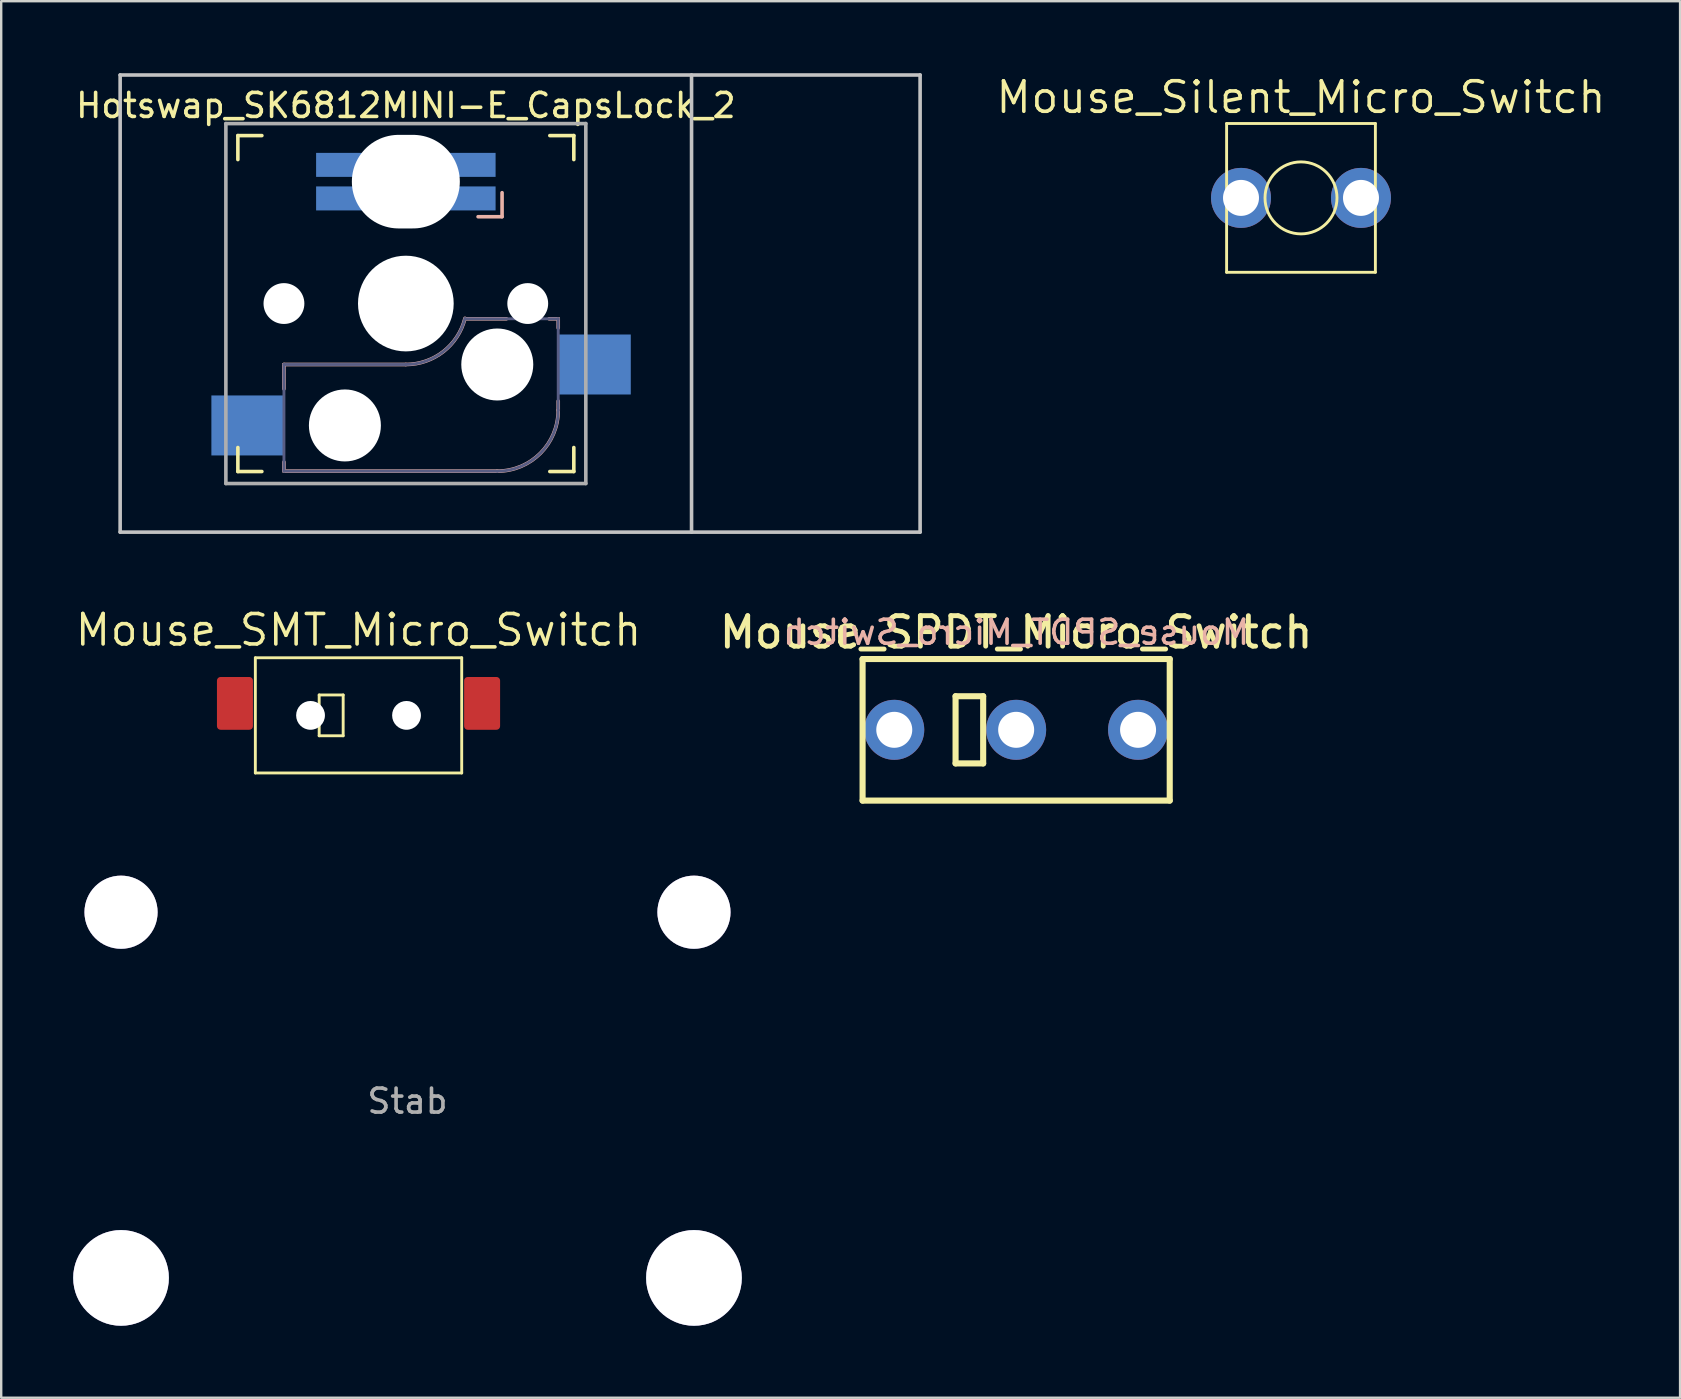
<source format=kicad_pcb>
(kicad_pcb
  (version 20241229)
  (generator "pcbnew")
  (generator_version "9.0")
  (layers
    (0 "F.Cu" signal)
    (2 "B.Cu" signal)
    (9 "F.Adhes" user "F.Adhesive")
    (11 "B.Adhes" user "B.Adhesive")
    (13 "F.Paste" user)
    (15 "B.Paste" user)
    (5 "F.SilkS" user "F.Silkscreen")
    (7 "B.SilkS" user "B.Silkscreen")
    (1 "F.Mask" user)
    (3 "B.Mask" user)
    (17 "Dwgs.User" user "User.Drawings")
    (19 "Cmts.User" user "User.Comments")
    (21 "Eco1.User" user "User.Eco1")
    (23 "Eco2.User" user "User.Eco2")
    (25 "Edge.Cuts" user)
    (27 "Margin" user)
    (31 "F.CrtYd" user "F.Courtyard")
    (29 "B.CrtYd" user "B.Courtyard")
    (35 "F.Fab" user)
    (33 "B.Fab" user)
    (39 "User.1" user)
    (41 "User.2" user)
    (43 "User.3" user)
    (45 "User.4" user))
  (footprint "Mouse_SPDT_Micro_Switch"
    (layer "F.Cu")
    (at 39.297 27.364)
    (property "Reference" "Mouse_SPDT_Micro_Switch" (at 0 -4.064 0) (layer "F.SilkS") (effects (font (size 1.27 1.27) (thickness 0.203))))
    (attr through_hole)
    (fp_line (start -6.4 -2.95) (end -6.4 2.95) (stroke (width 0.254) (type solid)) (layer "F.SilkS"))
    (fp_line (start -6.4 -2.95) (end 6.4 -2.95) (stroke (width 0.254) (type solid)) (layer "F.SilkS"))
    (fp_line (start -6.4 2.95) (end 6.4 2.95) (stroke (width 0.254) (type solid)) (layer "F.SilkS"))
    (fp_line (start -2.525 -1.4) (end -2.525 1.4) (stroke (width 0.254) (type solid)) (layer "F.SilkS"))
    (fp_line (start -2.525 -1.4) (end -1.375 -1.4) (stroke (width 0.254) (type solid)) (layer "F.SilkS"))
    (fp_line (start -2.525 1.4) (end -1.375 1.4) (stroke (width 0.254) (type solid)) (layer "F.SilkS"))
    (fp_line (start -1.375 1.4) (end -1.375 -1.4) (stroke (width 0.254) (type solid)) (layer "F.SilkS"))
    (fp_line (start 6.4 -2.95) (end 6.4 2.95) (stroke (width 0.254) (type solid)) (layer "F.SilkS"))
    (fp_text user "${REFERENCE}" (at 0 -4.064 0) (layer "B.SilkS") (effects (font (size 1 1) (thickness 0.15)) (justify mirror)))
    (pad "1" thru_hole circle (at -5.08 0 180) (size 2.5 2.5) (drill 1.5) (layers "*.Cu" "B.Mask"))
    (pad "2" thru_hole circle (at 0 0 180) (size 2.5 2.5) (drill 1.5) (layers "*.Cu" "B.Mask"))
    (pad "3" thru_hole circle (at 5.08 0 180) (size 2.5 2.5) (drill 1.5) (layers "*.Cu" "B.Mask")))
  (footprint "Mouse_Silent_Micro_Switch"
    (layer "F.Cu")
    (at 51.167 5.197)
    (property "Reference" "Mouse_Silent_Micro_Switch" (at 0 -4.191 0) (layer "F.SilkS") (effects (font (size 1.27 1.27) (thickness 0.15))))
    (attr through_hole)
    (fp_line (start -3.1 -3.1) (end -3.1 3.1) (stroke (width 0.12) (type solid)) (layer "F.SilkS"))
    (fp_line (start -3.1 -3.1) (end 3.1 -3.1) (stroke (width 0.12) (type solid)) (layer "F.SilkS"))
    (fp_line (start -3.1 3.1) (end 3.1 3.1) (stroke (width 0.12) (type solid)) (layer "F.SilkS"))
    (fp_line (start 3.1 -3.1) (end 3.1 3.1) (stroke (width 0.12) (type solid)) (layer "F.SilkS"))
    (fp_circle (center 0 0) (end 1.5 0) (stroke (width 0.12) (type solid)) (fill no) (layer "F.SilkS"))
    (pad "1" thru_hole circle (at -2.5 0 180) (size 2.5 2.5) (drill 1.5) (layers "*.Cu" "B.Mask"))
    (pad "2" thru_hole circle (at 2.5 0 180) (size 2.5 2.5) (drill 1.5) (layers "*.Cu" "B.Mask")))
  (footprint "Stab"
    (layer "F.Cu")
    (at 13.932 41.95)
    (property "Reference" "Stab" (at 0 0.889 0) (unlocked yes) (layer "F.Fab") (effects (font (size 1 1) (thickness 0.15))))
    (attr through_hole)
    (fp_line (start -13.589 -5.334) (end -13.589 6.096) (stroke (width 0.152) (type solid)) (layer "Eco2.User"))
    (fp_line (start -13.589 6.096) (end -10.287 6.096) (stroke (width 0.152) (type solid)) (layer "Eco2.User"))
    (fp_line (start -10.287 -5.334) (end -13.589 -5.334) (stroke (width 0.152) (type solid)) (layer "Eco2.User"))
    (fp_line (start -10.287 6.096) (end -10.287 -5.334) (stroke (width 0.152) (type solid)) (layer "Eco2.User"))
    (fp_line (start 10.287 -5.334) (end 10.287 6.096) (stroke (width 0.152) (type solid)) (layer "Eco2.User"))
    (fp_line (start 10.287 6.096) (end 13.589 6.096) (stroke (width 0.152) (type solid)) (layer "Eco2.User"))
    (fp_line (start 13.589 -5.334) (end 10.287 -5.334) (stroke (width 0.152) (type solid)) (layer "Eco2.User"))
    (fp_line (start 13.589 6.096) (end 13.589 -5.334) (stroke (width 0.152) (type solid)) (layer "Eco2.User"))
    (pad "" thru_hole circle (at -11.938 -6.985) (size 3.048 3.048) (drill 3.048) (layers "*.Cu" "*.Mask"))
    (pad "" thru_hole circle (at -11.938 8.255) (size 3.988 3.988) (drill 3.988) (layers "*.Cu" "*.Mask"))
    (pad "" thru_hole circle (at 11.938 -6.985) (size 3.048 3.048) (drill 3.048) (layers "*.Cu" "*.Mask"))
    (pad "" thru_hole circle (at 11.938 8.255) (size 3.988 3.988) (drill 3.988) (layers "*.Cu" "*.Mask")))
  (footprint "Hotswap_SK6812MINI-E_CapsLock_2"
    (layer "F.Cu")
    (at 13.863 9.6)
    (property "Reference" "Hotswap_SK6812MINI-E_CapsLock_2" (at 0 -8.255 0) (layer "F.SilkS") (effects (font (size 1 1) (thickness 0.15))))
    (attr through_hole)
    (fp_line (start -7 -6) (end -7 -7) (stroke (width 0.15) (type solid)) (layer "F.SilkS"))
    (fp_line (start -7 7) (end -7 6) (stroke (width 0.15) (type solid)) (layer "F.SilkS"))
    (fp_line (start -7 7) (end -6 7) (stroke (width 0.15) (type solid)) (layer "F.SilkS"))
    (fp_line (start -6 -7) (end -7 -7) (stroke (width 0.15) (type solid)) (layer "F.SilkS"))
    (fp_line (start 6 7) (end 7 7) (stroke (width 0.15) (type solid)) (layer "F.SilkS"))
    (fp_line (start 7 -7) (end 6 -7) (stroke (width 0.15) (type solid)) (layer "F.SilkS"))
    (fp_line (start 7 -7) (end 7 -6) (stroke (width 0.15) (type solid)) (layer "F.SilkS"))
    (fp_line (start 7 6) (end 7 7) (stroke (width 0.15) (type solid)) (layer "F.SilkS"))
    (fp_line (start -5.08 2.54) (end -5.08 3.556) (stroke (width 0.15) (type solid)) (layer "B.SilkS"))
    (fp_line (start -5.08 6.604) (end -5.08 6.985) (stroke (width 0.15) (type solid)) (layer "B.SilkS"))
    (fp_line (start -5.08 6.985) (end 3.81 6.985) (stroke (width 0.15) (type solid)) (layer "B.SilkS"))
    (fp_line (start 0 2.54) (end -5.08 2.54) (stroke (width 0.15) (type solid)) (layer "B.SilkS"))
    (fp_line (start 3.01 -3.619) (end 4.01 -3.619) (stroke (width 0.15) (type solid)) (layer "B.SilkS"))
    (fp_line (start 4.01 -4.62) (end 4.01 -3.619) (stroke (width 0.15) (type solid)) (layer "B.SilkS"))
    (fp_line (start 4.191 0.635) (end 2.54 0.635) (stroke (width 0.15) (type solid)) (layer "B.SilkS"))
    (fp_line (start 6.35 0.635) (end 5.969 0.635) (stroke (width 0.15) (type solid)) (layer "B.SilkS"))
    (fp_line (start 6.35 1.016) (end 6.35 0.635) (stroke (width 0.15) (type solid)) (layer "B.SilkS"))
    (fp_line (start 6.35 4.445) (end 6.35 4.064) (stroke (width 0.15) (type solid)) (layer "B.SilkS"))
    (fp_arc (start 2.464162 0.61604) (mid 1.563147 2.002042) (end 0 2.54) (stroke (width 0.15) (type solid)) (layer "B.SilkS"))
    (fp_arc (start 6.35 4.445) (mid 5.606051 6.241051) (end 3.81 6.985) (stroke (width 0.15) (type solid)) (layer "B.SilkS"))
    (fp_line (start -11.906 -9.525) (end 21.431 -9.525) (stroke (width 0.15) (type solid)) (layer "Dwgs.User"))
    (fp_line (start -11.906 9.525) (end -11.906 -9.525) (stroke (width 0.15) (type solid)) (layer "Dwgs.User"))
    (fp_line (start -11.906 9.525) (end 21.431 9.525) (stroke (width 0.15) (type solid)) (layer "Dwgs.User"))
    (fp_line (start 11.906 -9.525) (end 11.906 9.525) (stroke (width 0.15) (type solid)) (layer "Dwgs.User"))
    (fp_line (start 21.431 -9.525) (end 21.431 9.525) (stroke (width 0.15) (type solid)) (layer "Dwgs.User"))
    (fp_line (start -6.9 6.9) (end -6.9 -6.9) (stroke (width 0.15) (type solid)) (layer "Eco2.User"))
    (fp_line (start -6.9 6.9) (end 6.9 6.9) (stroke (width 0.15) (type solid)) (layer "Eco2.User"))
    (fp_line (start 6.9 -6.9) (end -6.9 -6.9) (stroke (width 0.15) (type solid)) (layer "Eco2.User"))
    (fp_line (start 6.9 -6.9) (end 6.9 6.9) (stroke (width 0.15) (type solid)) (layer "Eco2.User"))
    (fp_line (start -5.08 2.54) (end -5.08 6.985) (stroke (width 0.12) (type solid)) (layer "B.Fab"))
    (fp_line (start -5.08 6.985) (end 3.81 6.985) (stroke (width 0.12) (type solid)) (layer "B.Fab"))
    (fp_line (start 0 2.54) (end -5.08 2.54) (stroke (width 0.12) (type solid)) (layer "B.Fab"))
    (fp_line (start 6.35 0.635) (end 2.54 0.635) (stroke (width 0.12) (type solid)) (layer "B.Fab"))
    (fp_line (start 6.35 4.445) (end 6.35 0.635) (stroke (width 0.12) (type solid)) (layer "B.Fab"))
    (fp_arc (start 2.464162 0.61604) (mid 1.563147 2.002042) (end 0 2.54) (stroke (width 0.12) (type solid)) (layer "B.Fab"))
    (fp_arc (start 6.35 4.445) (mid 5.606051 6.241051) (end 3.81 6.985) (stroke (width 0.12) (type solid)) (layer "B.Fab"))
    (fp_line (start -7.5 -7.5) (end 7.5 -7.5) (stroke (width 0.15) (type solid)) (layer "F.Fab"))
    (fp_line (start -7.5 7.5) (end -7.5 -7.5) (stroke (width 0.15) (type solid)) (layer "F.Fab"))
    (fp_line (start 7.5 -7.5) (end 7.5 7.5) (stroke (width 0.15) (type solid)) (layer "F.Fab"))
    (fp_line (start 7.5 7.5) (end -7.5 7.5) (stroke (width 0.15) (type solid)) (layer "F.Fab"))
    (pad "" np_thru_hole circle (at -5.08 0) (size 1.702 1.702) (drill 1.702) (layers "*.Cu" "*.Mask"))
    (pad "" np_thru_hole circle (at -2.54 5.08) (size 3 3) (drill 3) (layers "*.Cu" "*.Mask"))
    (pad "" np_thru_hole oval (at 0 -5.08) (size 4.5 3.9) (drill oval 4.5 3.9) (layers "*.Cu" "*.Mask"))
    (pad "" np_thru_hole circle (at 0 0) (size 3.988 3.988) (drill 3.988) (layers "*.Cu" "*.Mask"))
    (pad "" np_thru_hole circle (at 3.81 2.54) (size 3 3) (drill 3) (layers "*.Cu" "*.Mask"))
    (pad "" np_thru_hole circle (at 5.08 0) (size 1.702 1.702) (drill 1.702) (layers "*.Cu" "*.Mask"))
    (pad "1" smd rect (at -6.604 5.08) (size 3 2.5) (layers "B.Cu" "B.Mask"))
    (pad "2" smd rect (at 7.874 2.54) (size 3 2.5) (layers "B.Cu" "B.Mask"))
    (pad "DIN" smd rect (at 2.74 -5.779 90) (size 1 2) (layers "B.Cu" "B.Mask"))
    (pad "DOUT" smd rect (at -2.74 -4.381 90) (size 1 2) (layers "B.Cu" "B.Mask"))
    (pad "GND" smd rect (at 2.74 -4.381 90) (size 1 2) (layers "B.Cu" "B.Mask"))
    (pad "VDD" smd rect (at -2.74 -5.779 90) (size 1 2) (layers "B.Cu" "B.Mask")))
  (footprint "Mouse_SMT_Micro_Switch"
    (layer "F.Cu")
    (at 11.891 26.762)
    (property "Reference" "Mouse_SMT_Micro_Switch" (at 0 -3.556 0) (layer "F.SilkS") (effects (font (size 1.27 1.27) (thickness 0.15))))
    (attr through_hole)
    (fp_line (start -4.3 -2.4) (end -4.3 2.4) (stroke (width 0.12) (type solid)) (layer "F.SilkS"))
    (fp_line (start -4.3 -2.4) (end 4.3 -2.4) (stroke (width 0.12) (type solid)) (layer "F.SilkS"))
    (fp_line (start -4.3 2.4) (end 4.3 2.4) (stroke (width 0.12) (type solid)) (layer "F.SilkS"))
    (fp_line (start -1.64 -0.85) (end -1.64 0.85) (stroke (width 0.12) (type solid)) (layer "F.SilkS"))
    (fp_line (start -1.64 -0.85) (end -0.64 -0.85) (stroke (width 0.12) (type solid)) (layer "F.SilkS"))
    (fp_line (start -1.64 0.85) (end -0.64 0.85) (stroke (width 0.12) (type solid)) (layer "F.SilkS"))
    (fp_line (start -0.64 0.85) (end -0.64 -0.85) (stroke (width 0.12) (type solid)) (layer "F.SilkS"))
    (fp_line (start 4.3 -2.4) (end 4.3 2.4) (stroke (width 0.12) (type solid)) (layer "F.SilkS"))
    (pad "" np_thru_hole circle (at -2 0 180) (size 1.2 1.2) (drill 1.2) (layers "*.Cu" "*.Mask"))
    (pad "" np_thru_hole circle (at 2 0 180) (size 1.2 1.2) (drill 1.2) (layers "*.Cu" "*.Mask"))
    (pad "1" smd roundrect (at -5.15 -0.5 180) (size 1.5 2.2) (layers "F.Cu" "F.Mask" "F.Paste") (roundrect_rratio 0.1))
    (pad "2" smd roundrect (at 5.15 -0.5 180) (size 1.5 2.2) (layers "F.Cu" "F.Mask" "F.Paste") (roundrect_rratio 0.1)))
  (gr_rect
    (start -3 -3)
    (end 66.965 55.198)
    (stroke (width 0.1) (type default))
    (fill no)
    (layer "Edge.Cuts")))
</source>
